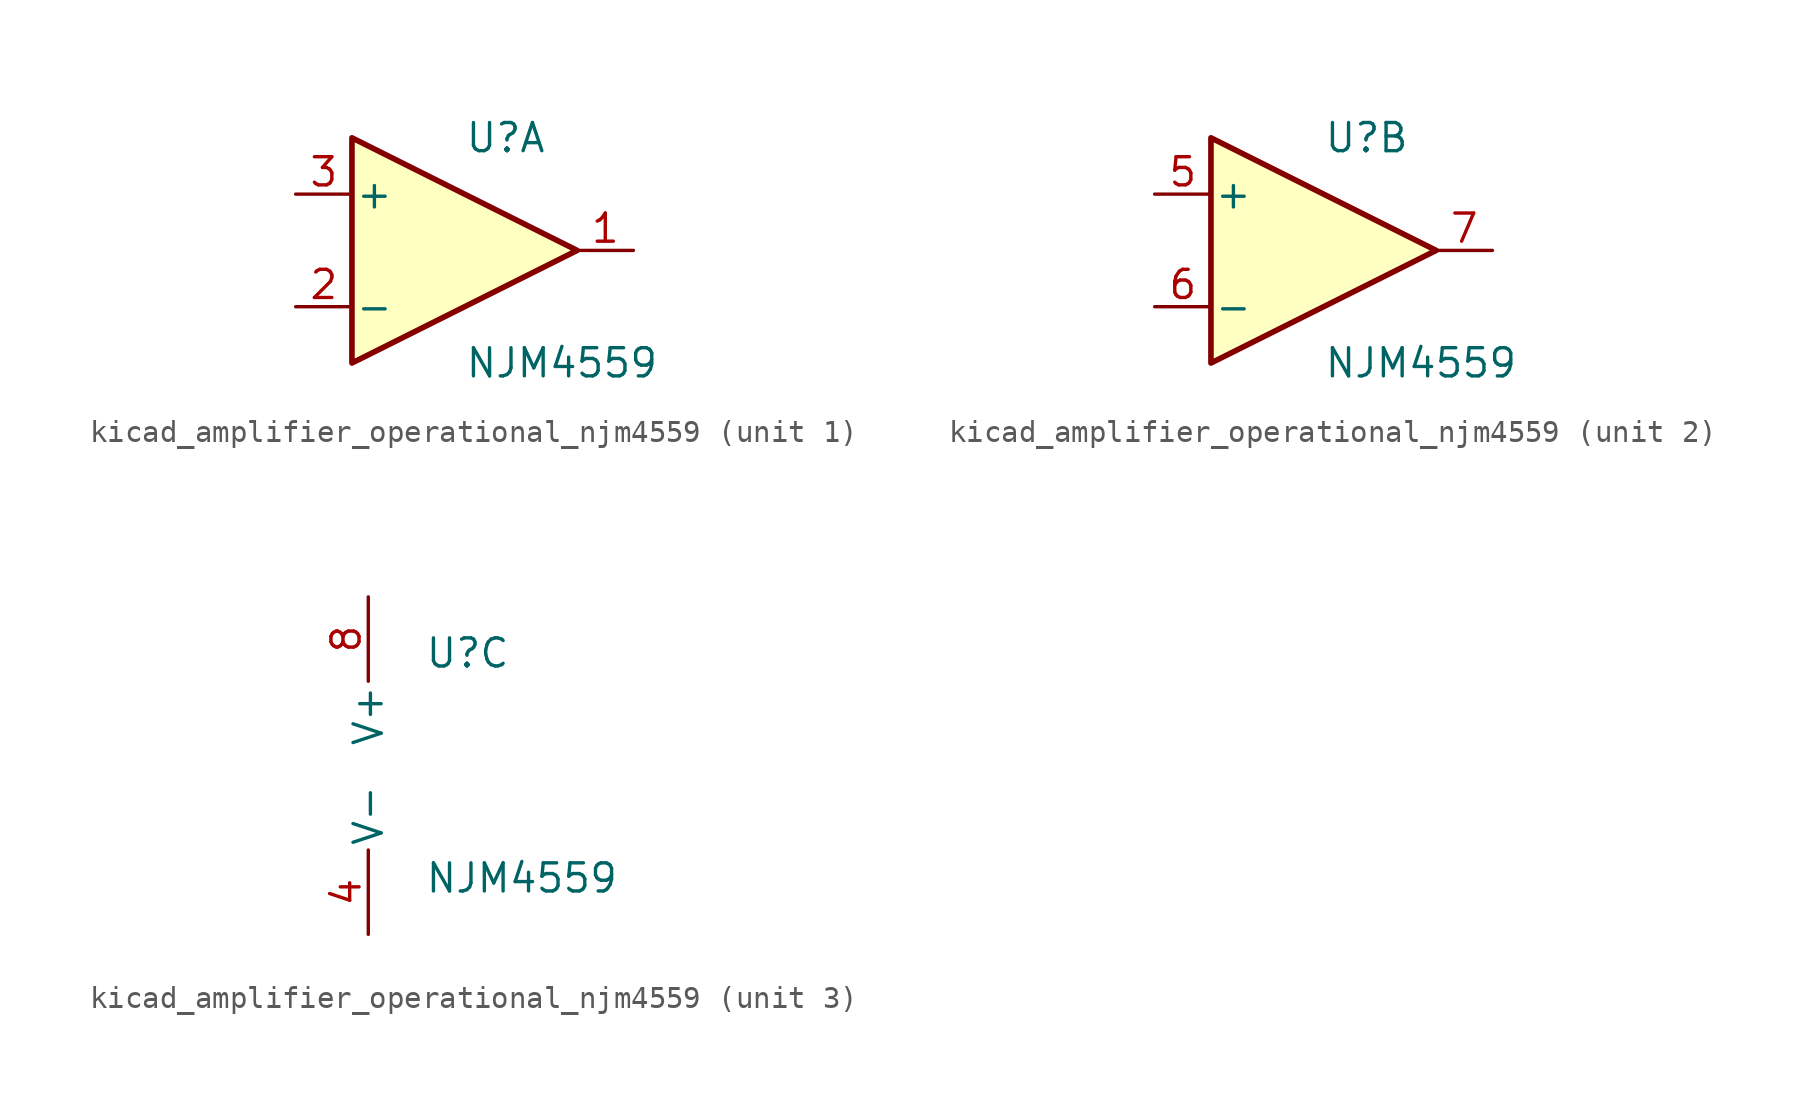
<source format=kicad_sym>
(kicad_symbol_lib
  (version 20220914)
  (generator kicad_symbol_editor)
  (symbol "kicad_amplifier_operational_njm4559"
    (pin_names
      (offset 0.127))
    (property "Reference" "U"
      (at 0 5.08 0)
      (effects (font (size 1.27 1.27)) (justify left)))
    (property "Value" "NJM4559"
      (at 0 -5.08 0)
      (effects (font (size 1.27 1.27)) (justify left)))
    (property "ki_locked" ""
      (at 0 0 0)
      (effects (font (size 1.27 1.27))))
    (symbol "kicad_amplifier_operational_njm4559_1_1"
      (polyline (pts (xy -5.08 5.08) (xy 5.08 0) (xy -5.08 -5.08) (xy -5.08 5.08)) (stroke (width 0.254) (type default)) (fill (type background)))
      (pin output line (at 7.62 0 180) (length 2.54) (name "~" (effects (font (size 1.27 1.27)))) (number "1" (effects (font (size 1.27 1.27)))))
      (pin input line (at -7.62 -2.54 0) (length 2.54) (name "-" (effects (font (size 1.27 1.27)))) (number "2" (effects (font (size 1.27 1.27)))))
      (pin input line (at -7.62 2.54 0) (length 2.54) (name "+" (effects (font (size 1.27 1.27)))) (number "3" (effects (font (size 1.27 1.27))))))
    (symbol "kicad_amplifier_operational_njm4559_2_1"
      (polyline (pts (xy -5.08 5.08) (xy 5.08 0) (xy -5.08 -5.08) (xy -5.08 5.08)) (stroke (width 0.254) (type default)) (fill (type background)))
      (pin input line (at -7.62 2.54 0) (length 2.54) (name "+" (effects (font (size 1.27 1.27)))) (number "5" (effects (font (size 1.27 1.27)))))
      (pin input line (at -7.62 -2.54 0) (length 2.54) (name "-" (effects (font (size 1.27 1.27)))) (number "6" (effects (font (size 1.27 1.27)))))
      (pin output line (at 7.62 0 180) (length 2.54) (name "~" (effects (font (size 1.27 1.27)))) (number "7" (effects (font (size 1.27 1.27))))))
    (symbol "kicad_amplifier_operational_njm4559_3_1"
      (pin power_in line (at -2.54 -7.62 90) (length 3.81) (name "V-" (effects (font (size 1.27 1.27)))) (number "4" (effects (font (size 1.27 1.27)))))
      (pin power_in line (at -2.54 7.62 270) (length 3.81) (name "V+" (effects (font (size 1.27 1.27)))) (number "8" (effects (font (size 1.27 1.27))))))))
</source>
